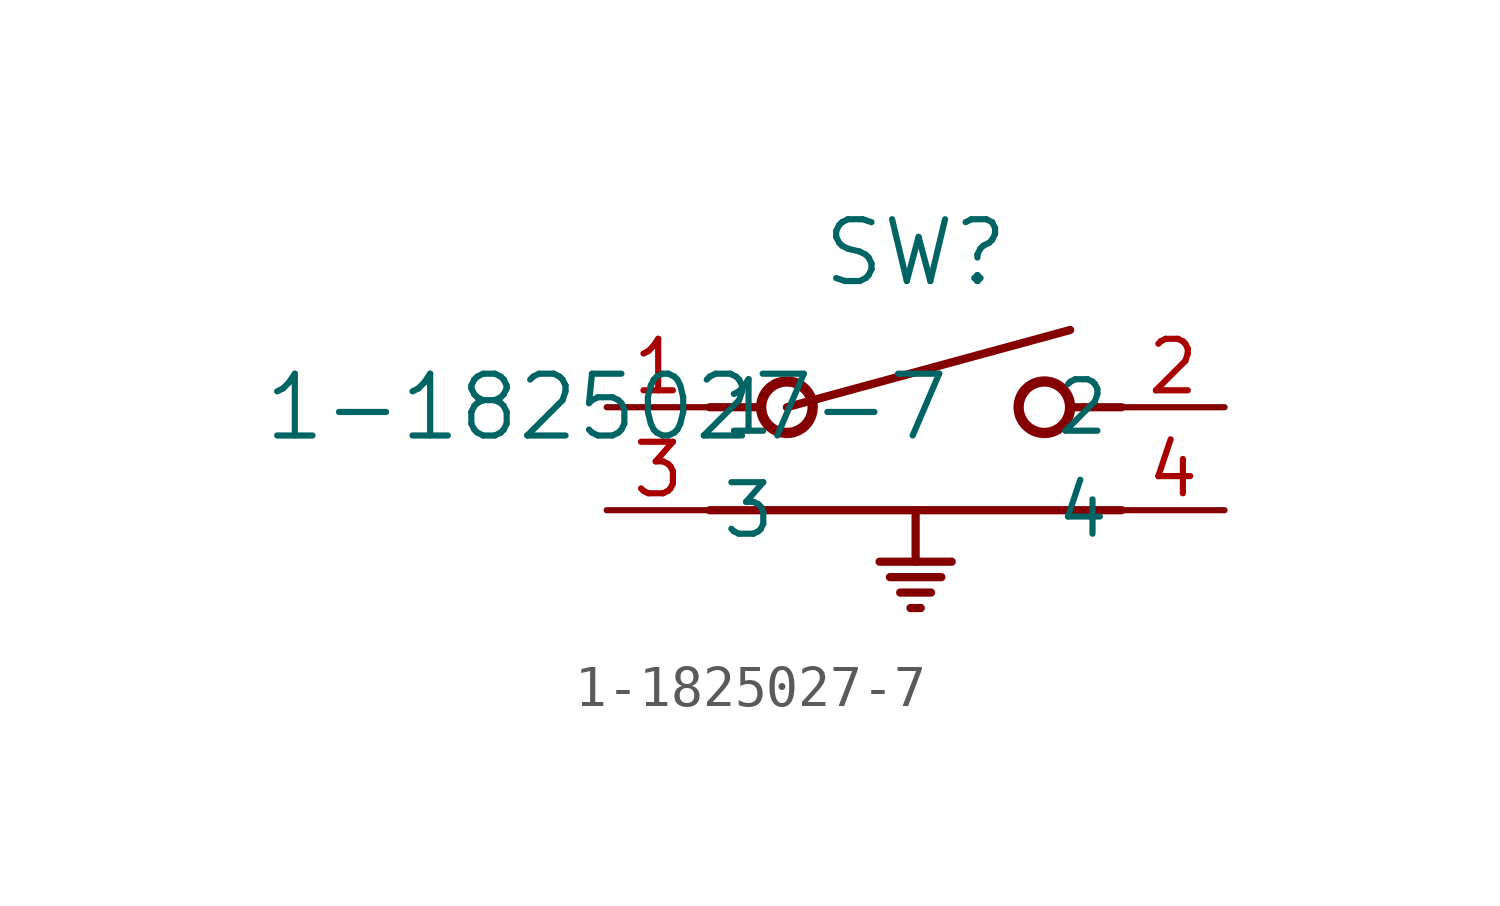
<source format=kicad_sym>
(kicad_symbol_lib
  (version 20211014)
  (generator kicad_symbol_editor)
  (symbol "1-1825027-7"
    (pin_names
      (offset 0.254))
    (property "Reference" "SW"
      (at 7.62 3.81 0)
      (effects (font (size 1.524 1.524))))
    (property "Value" "1-1825027-7"
      (at 0 0 0)
      (effects (font (size 1.524 1.524))))
    (symbol "1-1825027-7_0_1"
      (polyline (pts (xy 2.54 0) (xy 3.81 0)) (stroke (width 0.203) (type default) (color 0 0 0 0)) (fill (type none)))
      (circle (center 10.795 0) (radius 0.635) (stroke (width 0.254) (type default) (color 0 0 0 0)) (fill (type none)))
      (circle (center 4.445 0) (radius 0.635) (stroke (width 0.254) (type default) (color 0 0 0 0)) (fill (type none)))
      (polyline (pts (xy 12.7 0) (xy 11.43 0)) (stroke (width 0.203) (type default) (color 0 0 0 0)) (fill (type none)))
      (polyline (pts (xy 4.445 0) (xy 11.43 1.905)) (stroke (width 0.203) (type default) (color 0 0 0 0)) (fill (type none)))
      (polyline (pts (xy 2.54 -2.54) (xy 12.7 -2.54)) (stroke (width 0.203) (type default) (color 0 0 0 0)) (fill (type none)))
      (polyline (pts (xy 7.62 -2.54) (xy 7.62 -3.81)) (stroke (width 0.203) (type default) (color 0 0 0 0)) (fill (type none)))
      (polyline (pts (xy 6.731 -3.81) (xy 8.509 -3.81)) (stroke (width 0.203) (type default) (color 0 0 0 0)) (fill (type none)))
      (polyline (pts (xy 6.985 -4.191) (xy 8.255 -4.191)) (stroke (width 0.203) (type default) (color 0 0 0 0)) (fill (type none)))
      (polyline (pts (xy 7.239 -4.572) (xy 8.001 -4.572)) (stroke (width 0.203) (type default) (color 0 0 0 0)) (fill (type none)))
      (polyline (pts (xy 7.493 -4.953) (xy 7.747 -4.953)) (stroke (width 0.203) (type default) (color 0 0 0 0)) (fill (type none)))
      (pin unspecified line (at 0 0 0) (length 2.54) (name "1" (effects (font (size 1.27 1.27)))) (number "1" (effects (font (size 1.27 1.27)))))
      (pin unspecified line (at 15.24 0 180) (length 2.54) (name "2" (effects (font (size 1.27 1.27)))) (number "2" (effects (font (size 1.27 1.27)))))
      (pin unspecified line (at 0 -2.54 0) (length 2.54) (name "3" (effects (font (size 1.27 1.27)))) (number "3" (effects (font (size 1.27 1.27)))))
      (pin unspecified line (at 15.24 -2.54 180) (length 2.54) (name "4" (effects (font (size 1.27 1.27)))) (number "4" (effects (font (size 1.27 1.27))))))))
</source>
